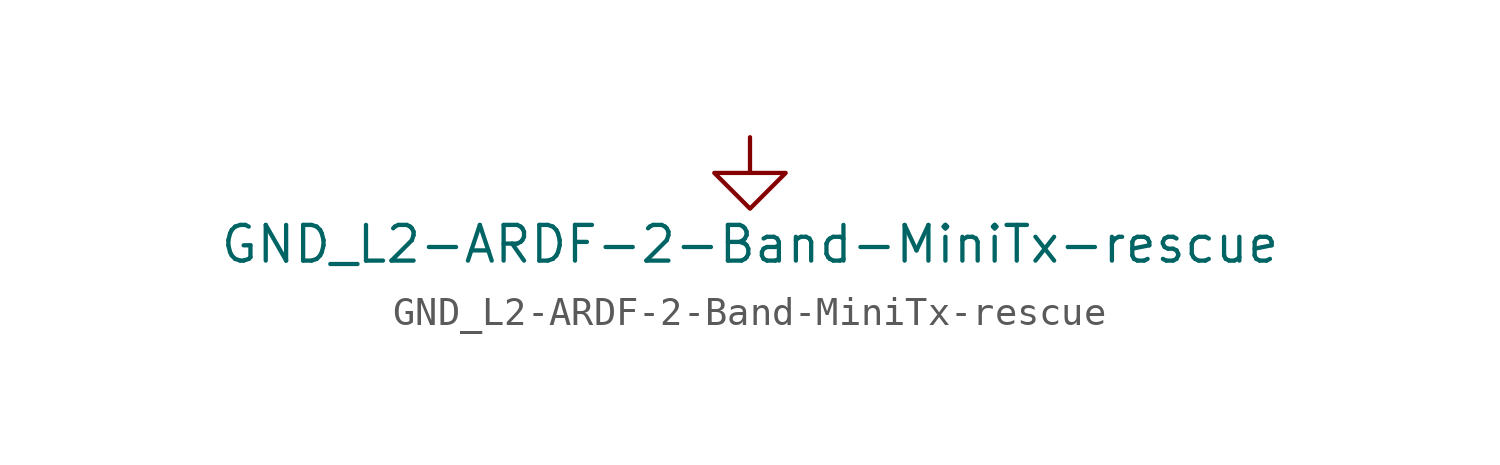
<source format=kicad_sym>
(kicad_symbol_lib
  (version 20211014)
  (generator kicad_symbol_editor)
  (symbol "GND_L2-ARDF-2-Band-MiniTx-rescue"
    (power)
    (pin_names
      (offset 0))
    (property "Reference" "#PWR"
      (at 0 -6.35 0)
      (effects (font (size 1.27 1.27)) hide))
    (property "Value" "GND_L2-ARDF-2-Band-MiniTx-rescue"
      (at 0 -3.81 0)
      (effects (font (size 1.27 1.27))))
    (property "Footprint" ""
      (at 0 0 0)
      (effects (font (size 1.27 1.27))))
    (property "Datasheet" ""
      (at 0 0 0)
      (effects (font (size 1.27 1.27))))
    (symbol "GND_L2-ARDF-2-Band-MiniTx-rescue_0_1"
      (polyline (pts (xy 0 0) (xy 0 -1.27) (xy 1.27 -1.27) (xy 0 -2.54) (xy -1.27 -1.27) (xy 0 -1.27)) (stroke (width 0) (type default) (color 0 0 0 0)) (fill (type none))))
    (symbol "GND_L2-ARDF-2-Band-MiniTx-rescue_1_1"
      (pin power_in line (at 0 0 270) (length 0) hide (name "GND_L2" (effects (font (size 1.27 1.27)))) (number "1" (effects (font (size 1.27 1.27))))))))
</source>
